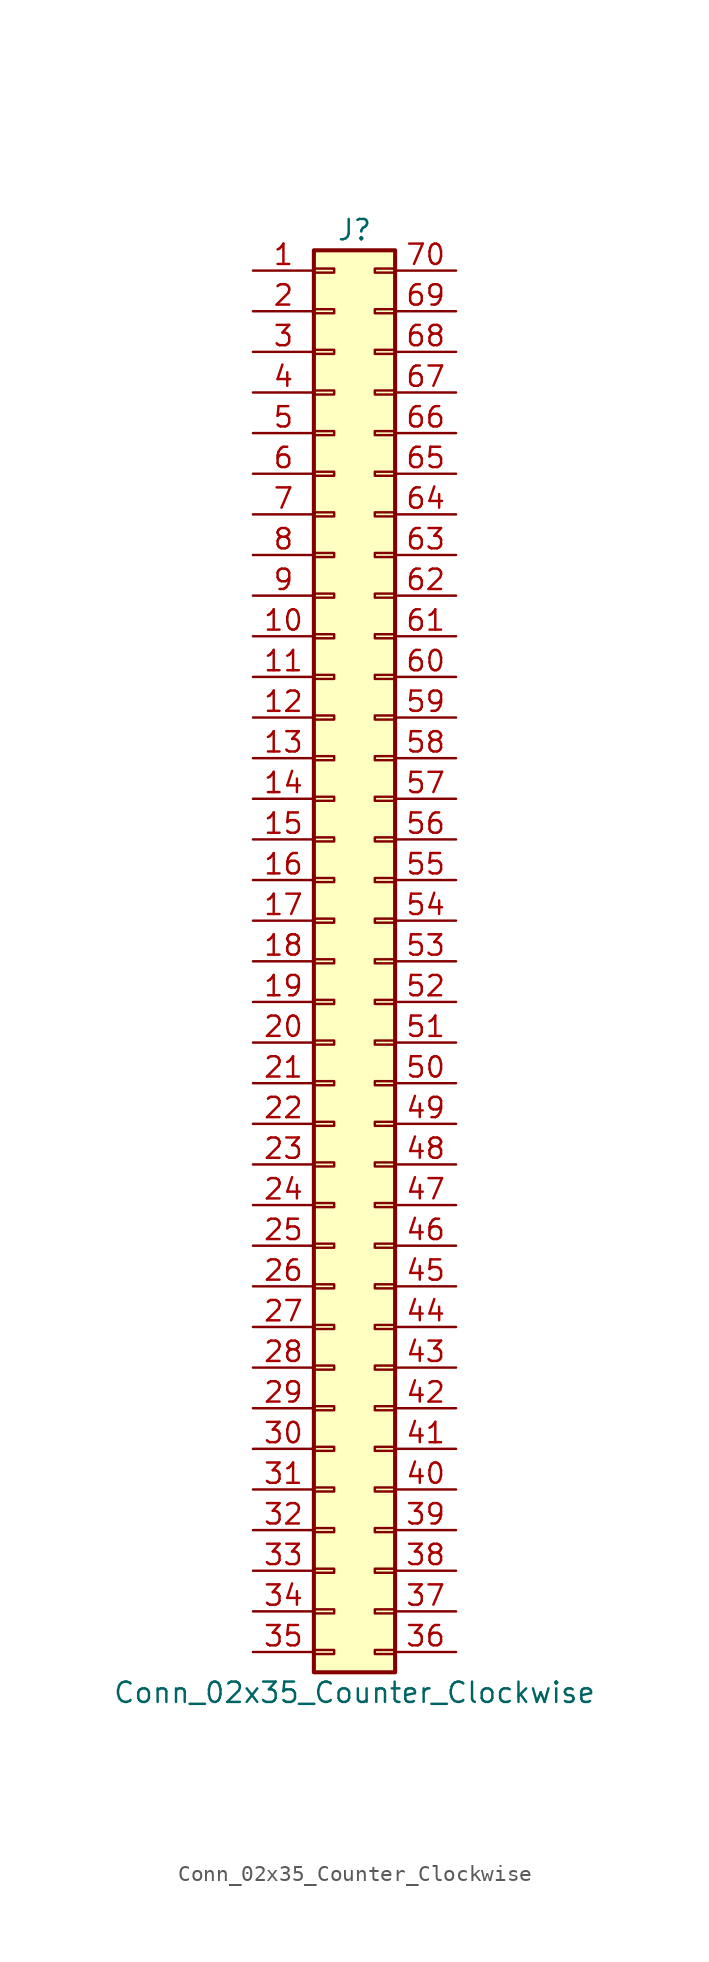
<source format=kicad_sym>
(kicad_symbol_lib
  (version 20201005)
  (generator kicad_symbol_editor)
  (symbol "Conn_02x35_Counter_Clockwise"
    (pin_names
      (offset 1.016) hide)
    (property "Reference" "J"
      (at 1.27 45.72 0)
      (effects (font (size 1.27 1.27))))
    (property "Value" "Conn_02x35_Counter_Clockwise"
      (at 1.27 -45.72 0)
      (effects (font (size 1.27 1.27))))
    (symbol "Conn_02x35_Counter_Clockwise_1_1"
      (rectangle (start -1.27 -43.053) (end 0 -43.307) (stroke (width 0.152)) (fill (type none)))
      (rectangle (start -1.27 -40.513) (end 0 -40.767) (stroke (width 0.152)) (fill (type none)))
      (rectangle (start -1.27 -37.973) (end 0 -38.227) (stroke (width 0.152)) (fill (type none)))
      (rectangle (start -1.27 -35.433) (end 0 -35.687) (stroke (width 0.152)) (fill (type none)))
      (rectangle (start -1.27 -32.893) (end 0 -33.147) (stroke (width 0.152)) (fill (type none)))
      (rectangle (start -1.27 -30.353) (end 0 -30.607) (stroke (width 0.152)) (fill (type none)))
      (rectangle (start -1.27 -27.813) (end 0 -28.067) (stroke (width 0.152)) (fill (type none)))
      (rectangle (start -1.27 -25.273) (end 0 -25.527) (stroke (width 0.152)) (fill (type none)))
      (rectangle (start -1.27 -22.733) (end 0 -22.987) (stroke (width 0.152)) (fill (type none)))
      (rectangle (start -1.27 -20.193) (end 0 -20.447) (stroke (width 0.152)) (fill (type none)))
      (rectangle (start -1.27 -17.653) (end 0 -17.907) (stroke (width 0.152)) (fill (type none)))
      (rectangle (start -1.27 -15.113) (end 0 -15.367) (stroke (width 0.152)) (fill (type none)))
      (rectangle (start -1.27 -12.573) (end 0 -12.827) (stroke (width 0.152)) (fill (type none)))
      (rectangle (start -1.27 -10.033) (end 0 -10.287) (stroke (width 0.152)) (fill (type none)))
      (rectangle (start -1.27 -7.493) (end 0 -7.747) (stroke (width 0.152)) (fill (type none)))
      (rectangle (start -1.27 -4.953) (end 0 -5.207) (stroke (width 0.152)) (fill (type none)))
      (rectangle (start -1.27 -2.413) (end 0 -2.667) (stroke (width 0.152)) (fill (type none)))
      (rectangle (start -1.27 0.127) (end 0 -0.127) (stroke (width 0.152)) (fill (type none)))
      (rectangle (start -1.27 2.667) (end 0 2.413) (stroke (width 0.152)) (fill (type none)))
      (rectangle (start -1.27 5.207) (end 0 4.953) (stroke (width 0.152)) (fill (type none)))
      (rectangle (start -1.27 7.747) (end 0 7.493) (stroke (width 0.152)) (fill (type none)))
      (rectangle (start -1.27 10.287) (end 0 10.033) (stroke (width 0.152)) (fill (type none)))
      (rectangle (start -1.27 12.827) (end 0 12.573) (stroke (width 0.152)) (fill (type none)))
      (rectangle (start -1.27 15.367) (end 0 15.113) (stroke (width 0.152)) (fill (type none)))
      (rectangle (start -1.27 17.907) (end 0 17.653) (stroke (width 0.152)) (fill (type none)))
      (rectangle (start -1.27 20.447) (end 0 20.193) (stroke (width 0.152)) (fill (type none)))
      (rectangle (start -1.27 22.987) (end 0 22.733) (stroke (width 0.152)) (fill (type none)))
      (rectangle (start -1.27 25.527) (end 0 25.273) (stroke (width 0.152)) (fill (type none)))
      (rectangle (start -1.27 28.067) (end 0 27.813) (stroke (width 0.152)) (fill (type none)))
      (rectangle (start -1.27 30.607) (end 0 30.353) (stroke (width 0.152)) (fill (type none)))
      (rectangle (start -1.27 33.147) (end 0 32.893) (stroke (width 0.152)) (fill (type none)))
      (rectangle (start -1.27 35.687) (end 0 35.433) (stroke (width 0.152)) (fill (type none)))
      (rectangle (start -1.27 38.227) (end 0 37.973) (stroke (width 0.152)) (fill (type none)))
      (rectangle (start -1.27 40.767) (end 0 40.513) (stroke (width 0.152)) (fill (type none)))
      (rectangle (start -1.27 43.307) (end 0 43.053) (stroke (width 0.152)) (fill (type none)))
      (rectangle (start -1.27 44.45) (end 3.81 -44.45) (stroke (width 0.254)) (fill (type background)))
      (rectangle (start 3.81 -43.053) (end 2.54 -43.307) (stroke (width 0.152)) (fill (type none)))
      (rectangle (start 3.81 -40.513) (end 2.54 -40.767) (stroke (width 0.152)) (fill (type none)))
      (rectangle (start 3.81 -37.973) (end 2.54 -38.227) (stroke (width 0.152)) (fill (type none)))
      (rectangle (start 3.81 -35.433) (end 2.54 -35.687) (stroke (width 0.152)) (fill (type none)))
      (rectangle (start 3.81 -32.893) (end 2.54 -33.147) (stroke (width 0.152)) (fill (type none)))
      (rectangle (start 3.81 -30.353) (end 2.54 -30.607) (stroke (width 0.152)) (fill (type none)))
      (rectangle (start 3.81 -27.813) (end 2.54 -28.067) (stroke (width 0.152)) (fill (type none)))
      (rectangle (start 3.81 -25.273) (end 2.54 -25.527) (stroke (width 0.152)) (fill (type none)))
      (rectangle (start 3.81 -22.733) (end 2.54 -22.987) (stroke (width 0.152)) (fill (type none)))
      (rectangle (start 3.81 -20.193) (end 2.54 -20.447) (stroke (width 0.152)) (fill (type none)))
      (rectangle (start 3.81 -17.653) (end 2.54 -17.907) (stroke (width 0.152)) (fill (type none)))
      (rectangle (start 3.81 -15.113) (end 2.54 -15.367) (stroke (width 0.152)) (fill (type none)))
      (rectangle (start 3.81 -12.573) (end 2.54 -12.827) (stroke (width 0.152)) (fill (type none)))
      (rectangle (start 3.81 -10.033) (end 2.54 -10.287) (stroke (width 0.152)) (fill (type none)))
      (rectangle (start 3.81 -7.493) (end 2.54 -7.747) (stroke (width 0.152)) (fill (type none)))
      (rectangle (start 3.81 -4.953) (end 2.54 -5.207) (stroke (width 0.152)) (fill (type none)))
      (rectangle (start 3.81 -2.413) (end 2.54 -2.667) (stroke (width 0.152)) (fill (type none)))
      (rectangle (start 3.81 0.127) (end 2.54 -0.127) (stroke (width 0.152)) (fill (type none)))
      (rectangle (start 3.81 2.667) (end 2.54 2.413) (stroke (width 0.152)) (fill (type none)))
      (rectangle (start 3.81 5.207) (end 2.54 4.953) (stroke (width 0.152)) (fill (type none)))
      (rectangle (start 3.81 7.747) (end 2.54 7.493) (stroke (width 0.152)) (fill (type none)))
      (rectangle (start 3.81 10.287) (end 2.54 10.033) (stroke (width 0.152)) (fill (type none)))
      (rectangle (start 3.81 12.827) (end 2.54 12.573) (stroke (width 0.152)) (fill (type none)))
      (rectangle (start 3.81 15.367) (end 2.54 15.113) (stroke (width 0.152)) (fill (type none)))
      (rectangle (start 3.81 17.907) (end 2.54 17.653) (stroke (width 0.152)) (fill (type none)))
      (rectangle (start 3.81 20.447) (end 2.54 20.193) (stroke (width 0.152)) (fill (type none)))
      (rectangle (start 3.81 22.987) (end 2.54 22.733) (stroke (width 0.152)) (fill (type none)))
      (rectangle (start 3.81 25.527) (end 2.54 25.273) (stroke (width 0.152)) (fill (type none)))
      (rectangle (start 3.81 28.067) (end 2.54 27.813) (stroke (width 0.152)) (fill (type none)))
      (rectangle (start 3.81 30.607) (end 2.54 30.353) (stroke (width 0.152)) (fill (type none)))
      (rectangle (start 3.81 33.147) (end 2.54 32.893) (stroke (width 0.152)) (fill (type none)))
      (rectangle (start 3.81 35.687) (end 2.54 35.433) (stroke (width 0.152)) (fill (type none)))
      (rectangle (start 3.81 38.227) (end 2.54 37.973) (stroke (width 0.152)) (fill (type none)))
      (rectangle (start 3.81 40.767) (end 2.54 40.513) (stroke (width 0.152)) (fill (type none)))
      (rectangle (start 3.81 43.307) (end 2.54 43.053) (stroke (width 0.152)) (fill (type none)))
      (pin passive line (at -5.08 43.18 0) (length 3.81) (name "Pin_1" (effects (font (size 1.27 1.27)))) (number "1" (effects (font (size 1.27 1.27)))))
      (pin passive line (at -5.08 20.32 0) (length 3.81) (name "Pin_10" (effects (font (size 1.27 1.27)))) (number "10" (effects (font (size 1.27 1.27)))))
      (pin passive line (at -5.08 17.78 0) (length 3.81) (name "Pin_11" (effects (font (size 1.27 1.27)))) (number "11" (effects (font (size 1.27 1.27)))))
      (pin passive line (at -5.08 15.24 0) (length 3.81) (name "Pin_12" (effects (font (size 1.27 1.27)))) (number "12" (effects (font (size 1.27 1.27)))))
      (pin passive line (at -5.08 12.7 0) (length 3.81) (name "Pin_13" (effects (font (size 1.27 1.27)))) (number "13" (effects (font (size 1.27 1.27)))))
      (pin passive line (at -5.08 10.16 0) (length 3.81) (name "Pin_14" (effects (font (size 1.27 1.27)))) (number "14" (effects (font (size 1.27 1.27)))))
      (pin passive line (at -5.08 7.62 0) (length 3.81) (name "Pin_15" (effects (font (size 1.27 1.27)))) (number "15" (effects (font (size 1.27 1.27)))))
      (pin passive line (at -5.08 5.08 0) (length 3.81) (name "Pin_16" (effects (font (size 1.27 1.27)))) (number "16" (effects (font (size 1.27 1.27)))))
      (pin passive line (at -5.08 2.54 0) (length 3.81) (name "Pin_17" (effects (font (size 1.27 1.27)))) (number "17" (effects (font (size 1.27 1.27)))))
      (pin passive line (at -5.08 0 0) (length 3.81) (name "Pin_18" (effects (font (size 1.27 1.27)))) (number "18" (effects (font (size 1.27 1.27)))))
      (pin passive line (at -5.08 -2.54 0) (length 3.81) (name "Pin_19" (effects (font (size 1.27 1.27)))) (number "19" (effects (font (size 1.27 1.27)))))
      (pin passive line (at -5.08 40.64 0) (length 3.81) (name "Pin_2" (effects (font (size 1.27 1.27)))) (number "2" (effects (font (size 1.27 1.27)))))
      (pin passive line (at -5.08 -5.08 0) (length 3.81) (name "Pin_20" (effects (font (size 1.27 1.27)))) (number "20" (effects (font (size 1.27 1.27)))))
      (pin passive line (at -5.08 -7.62 0) (length 3.81) (name "Pin_21" (effects (font (size 1.27 1.27)))) (number "21" (effects (font (size 1.27 1.27)))))
      (pin passive line (at -5.08 -10.16 0) (length 3.81) (name "Pin_22" (effects (font (size 1.27 1.27)))) (number "22" (effects (font (size 1.27 1.27)))))
      (pin passive line (at -5.08 -12.7 0) (length 3.81) (name "Pin_23" (effects (font (size 1.27 1.27)))) (number "23" (effects (font (size 1.27 1.27)))))
      (pin passive line (at -5.08 -15.24 0) (length 3.81) (name "Pin_24" (effects (font (size 1.27 1.27)))) (number "24" (effects (font (size 1.27 1.27)))))
      (pin passive line (at -5.08 -17.78 0) (length 3.81) (name "Pin_25" (effects (font (size 1.27 1.27)))) (number "25" (effects (font (size 1.27 1.27)))))
      (pin passive line (at -5.08 -20.32 0) (length 3.81) (name "Pin_26" (effects (font (size 1.27 1.27)))) (number "26" (effects (font (size 1.27 1.27)))))
      (pin passive line (at -5.08 -22.86 0) (length 3.81) (name "Pin_27" (effects (font (size 1.27 1.27)))) (number "27" (effects (font (size 1.27 1.27)))))
      (pin passive line (at -5.08 -25.4 0) (length 3.81) (name "Pin_28" (effects (font (size 1.27 1.27)))) (number "28" (effects (font (size 1.27 1.27)))))
      (pin passive line (at -5.08 -27.94 0) (length 3.81) (name "Pin_29" (effects (font (size 1.27 1.27)))) (number "29" (effects (font (size 1.27 1.27)))))
      (pin passive line (at -5.08 38.1 0) (length 3.81) (name "Pin_3" (effects (font (size 1.27 1.27)))) (number "3" (effects (font (size 1.27 1.27)))))
      (pin passive line (at -5.08 -30.48 0) (length 3.81) (name "Pin_30" (effects (font (size 1.27 1.27)))) (number "30" (effects (font (size 1.27 1.27)))))
      (pin passive line (at -5.08 -33.02 0) (length 3.81) (name "Pin_31" (effects (font (size 1.27 1.27)))) (number "31" (effects (font (size 1.27 1.27)))))
      (pin passive line (at -5.08 -35.56 0) (length 3.81) (name "Pin_32" (effects (font (size 1.27 1.27)))) (number "32" (effects (font (size 1.27 1.27)))))
      (pin passive line (at -5.08 -38.1 0) (length 3.81) (name "Pin_33" (effects (font (size 1.27 1.27)))) (number "33" (effects (font (size 1.27 1.27)))))
      (pin passive line (at -5.08 -40.64 0) (length 3.81) (name "Pin_34" (effects (font (size 1.27 1.27)))) (number "34" (effects (font (size 1.27 1.27)))))
      (pin passive line (at -5.08 -43.18 0) (length 3.81) (name "Pin_35" (effects (font (size 1.27 1.27)))) (number "35" (effects (font (size 1.27 1.27)))))
      (pin passive line (at 7.62 -43.18 180) (length 3.81) (name "Pin_36" (effects (font (size 1.27 1.27)))) (number "36" (effects (font (size 1.27 1.27)))))
      (pin passive line (at 7.62 -40.64 180) (length 3.81) (name "Pin_37" (effects (font (size 1.27 1.27)))) (number "37" (effects (font (size 1.27 1.27)))))
      (pin passive line (at 7.62 -38.1 180) (length 3.81) (name "Pin_38" (effects (font (size 1.27 1.27)))) (number "38" (effects (font (size 1.27 1.27)))))
      (pin passive line (at 7.62 -35.56 180) (length 3.81) (name "Pin_39" (effects (font (size 1.27 1.27)))) (number "39" (effects (font (size 1.27 1.27)))))
      (pin passive line (at -5.08 35.56 0) (length 3.81) (name "Pin_4" (effects (font (size 1.27 1.27)))) (number "4" (effects (font (size 1.27 1.27)))))
      (pin passive line (at 7.62 -33.02 180) (length 3.81) (name "Pin_40" (effects (font (size 1.27 1.27)))) (number "40" (effects (font (size 1.27 1.27)))))
      (pin passive line (at 7.62 -30.48 180) (length 3.81) (name "Pin_41" (effects (font (size 1.27 1.27)))) (number "41" (effects (font (size 1.27 1.27)))))
      (pin passive line (at 7.62 -27.94 180) (length 3.81) (name "Pin_42" (effects (font (size 1.27 1.27)))) (number "42" (effects (font (size 1.27 1.27)))))
      (pin passive line (at 7.62 -25.4 180) (length 3.81) (name "Pin_43" (effects (font (size 1.27 1.27)))) (number "43" (effects (font (size 1.27 1.27)))))
      (pin passive line (at 7.62 -22.86 180) (length 3.81) (name "Pin_44" (effects (font (size 1.27 1.27)))) (number "44" (effects (font (size 1.27 1.27)))))
      (pin passive line (at 7.62 -20.32 180) (length 3.81) (name "Pin_45" (effects (font (size 1.27 1.27)))) (number "45" (effects (font (size 1.27 1.27)))))
      (pin passive line (at 7.62 -17.78 180) (length 3.81) (name "Pin_46" (effects (font (size 1.27 1.27)))) (number "46" (effects (font (size 1.27 1.27)))))
      (pin passive line (at 7.62 -15.24 180) (length 3.81) (name "Pin_47" (effects (font (size 1.27 1.27)))) (number "47" (effects (font (size 1.27 1.27)))))
      (pin passive line (at 7.62 -12.7 180) (length 3.81) (name "Pin_48" (effects (font (size 1.27 1.27)))) (number "48" (effects (font (size 1.27 1.27)))))
      (pin passive line (at 7.62 -10.16 180) (length 3.81) (name "Pin_49" (effects (font (size 1.27 1.27)))) (number "49" (effects (font (size 1.27 1.27)))))
      (pin passive line (at -5.08 33.02 0) (length 3.81) (name "Pin_5" (effects (font (size 1.27 1.27)))) (number "5" (effects (font (size 1.27 1.27)))))
      (pin passive line (at 7.62 -7.62 180) (length 3.81) (name "Pin_50" (effects (font (size 1.27 1.27)))) (number "50" (effects (font (size 1.27 1.27)))))
      (pin passive line (at 7.62 -5.08 180) (length 3.81) (name "Pin_51" (effects (font (size 1.27 1.27)))) (number "51" (effects (font (size 1.27 1.27)))))
      (pin passive line (at 7.62 -2.54 180) (length 3.81) (name "Pin_52" (effects (font (size 1.27 1.27)))) (number "52" (effects (font (size 1.27 1.27)))))
      (pin passive line (at 7.62 0 180) (length 3.81) (name "Pin_53" (effects (font (size 1.27 1.27)))) (number "53" (effects (font (size 1.27 1.27)))))
      (pin passive line (at 7.62 2.54 180) (length 3.81) (name "Pin_54" (effects (font (size 1.27 1.27)))) (number "54" (effects (font (size 1.27 1.27)))))
      (pin passive line (at 7.62 5.08 180) (length 3.81) (name "Pin_55" (effects (font (size 1.27 1.27)))) (number "55" (effects (font (size 1.27 1.27)))))
      (pin passive line (at 7.62 7.62 180) (length 3.81) (name "Pin_56" (effects (font (size 1.27 1.27)))) (number "56" (effects (font (size 1.27 1.27)))))
      (pin passive line (at 7.62 10.16 180) (length 3.81) (name "Pin_57" (effects (font (size 1.27 1.27)))) (number "57" (effects (font (size 1.27 1.27)))))
      (pin passive line (at 7.62 12.7 180) (length 3.81) (name "Pin_58" (effects (font (size 1.27 1.27)))) (number "58" (effects (font (size 1.27 1.27)))))
      (pin passive line (at 7.62 15.24 180) (length 3.81) (name "Pin_59" (effects (font (size 1.27 1.27)))) (number "59" (effects (font (size 1.27 1.27)))))
      (pin passive line (at -5.08 30.48 0) (length 3.81) (name "Pin_6" (effects (font (size 1.27 1.27)))) (number "6" (effects (font (size 1.27 1.27)))))
      (pin passive line (at 7.62 17.78 180) (length 3.81) (name "Pin_60" (effects (font (size 1.27 1.27)))) (number "60" (effects (font (size 1.27 1.27)))))
      (pin passive line (at 7.62 20.32 180) (length 3.81) (name "Pin_61" (effects (font (size 1.27 1.27)))) (number "61" (effects (font (size 1.27 1.27)))))
      (pin passive line (at 7.62 22.86 180) (length 3.81) (name "Pin_62" (effects (font (size 1.27 1.27)))) (number "62" (effects (font (size 1.27 1.27)))))
      (pin passive line (at 7.62 25.4 180) (length 3.81) (name "Pin_63" (effects (font (size 1.27 1.27)))) (number "63" (effects (font (size 1.27 1.27)))))
      (pin passive line (at 7.62 27.94 180) (length 3.81) (name "Pin_64" (effects (font (size 1.27 1.27)))) (number "64" (effects (font (size 1.27 1.27)))))
      (pin passive line (at 7.62 30.48 180) (length 3.81) (name "Pin_65" (effects (font (size 1.27 1.27)))) (number "65" (effects (font (size 1.27 1.27)))))
      (pin passive line (at 7.62 33.02 180) (length 3.81) (name "Pin_66" (effects (font (size 1.27 1.27)))) (number "66" (effects (font (size 1.27 1.27)))))
      (pin passive line (at 7.62 35.56 180) (length 3.81) (name "Pin_67" (effects (font (size 1.27 1.27)))) (number "67" (effects (font (size 1.27 1.27)))))
      (pin passive line (at 7.62 38.1 180) (length 3.81) (name "Pin_68" (effects (font (size 1.27 1.27)))) (number "68" (effects (font (size 1.27 1.27)))))
      (pin passive line (at 7.62 40.64 180) (length 3.81) (name "Pin_69" (effects (font (size 1.27 1.27)))) (number "69" (effects (font (size 1.27 1.27)))))
      (pin passive line (at -5.08 27.94 0) (length 3.81) (name "Pin_7" (effects (font (size 1.27 1.27)))) (number "7" (effects (font (size 1.27 1.27)))))
      (pin passive line (at 7.62 43.18 180) (length 3.81) (name "Pin_70" (effects (font (size 1.27 1.27)))) (number "70" (effects (font (size 1.27 1.27)))))
      (pin passive line (at -5.08 25.4 0) (length 3.81) (name "Pin_8" (effects (font (size 1.27 1.27)))) (number "8" (effects (font (size 1.27 1.27)))))
      (pin passive line (at -5.08 22.86 0) (length 3.81) (name "Pin_9" (effects (font (size 1.27 1.27)))) (number "9" (effects (font (size 1.27 1.27))))))))
</source>
